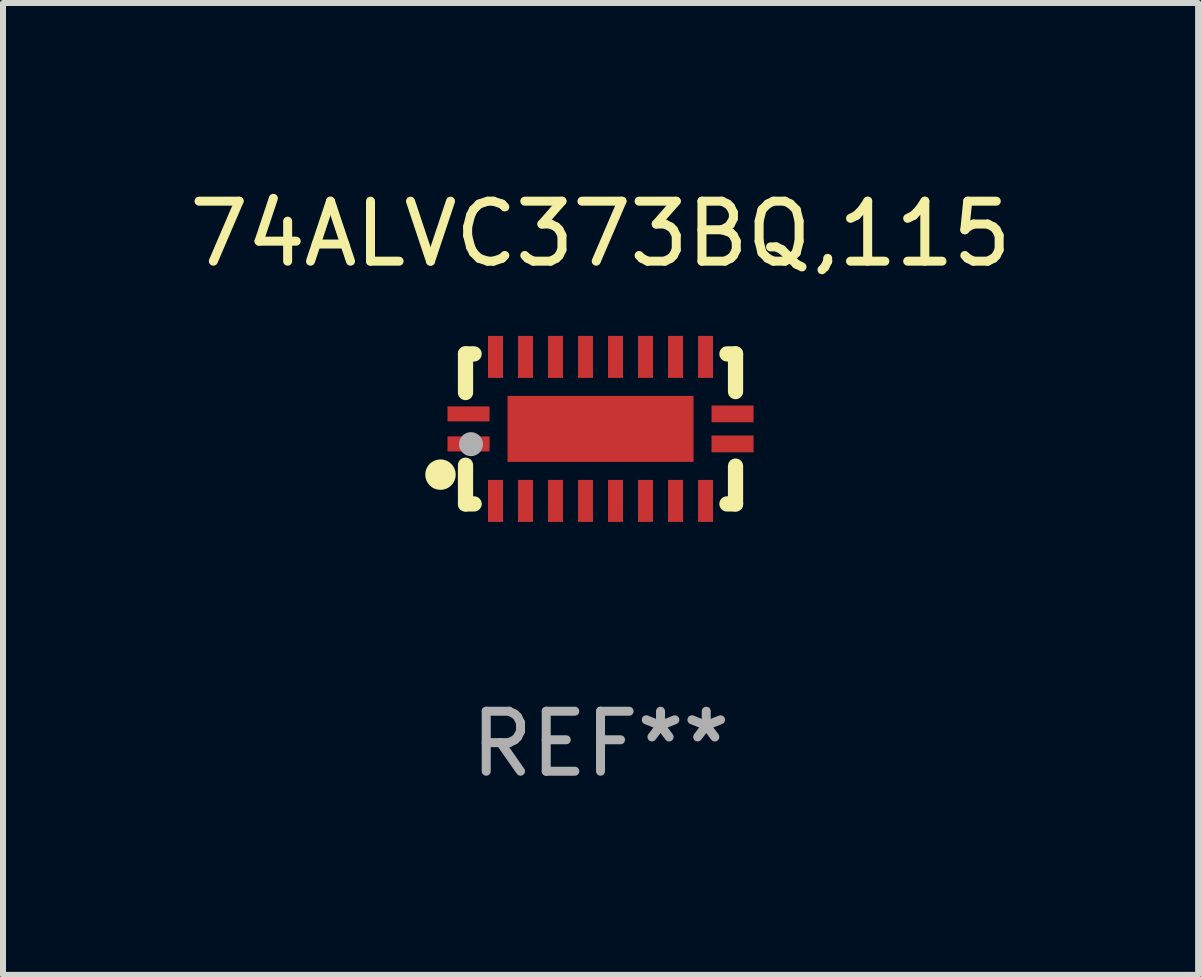
<source format=kicad_pcb>
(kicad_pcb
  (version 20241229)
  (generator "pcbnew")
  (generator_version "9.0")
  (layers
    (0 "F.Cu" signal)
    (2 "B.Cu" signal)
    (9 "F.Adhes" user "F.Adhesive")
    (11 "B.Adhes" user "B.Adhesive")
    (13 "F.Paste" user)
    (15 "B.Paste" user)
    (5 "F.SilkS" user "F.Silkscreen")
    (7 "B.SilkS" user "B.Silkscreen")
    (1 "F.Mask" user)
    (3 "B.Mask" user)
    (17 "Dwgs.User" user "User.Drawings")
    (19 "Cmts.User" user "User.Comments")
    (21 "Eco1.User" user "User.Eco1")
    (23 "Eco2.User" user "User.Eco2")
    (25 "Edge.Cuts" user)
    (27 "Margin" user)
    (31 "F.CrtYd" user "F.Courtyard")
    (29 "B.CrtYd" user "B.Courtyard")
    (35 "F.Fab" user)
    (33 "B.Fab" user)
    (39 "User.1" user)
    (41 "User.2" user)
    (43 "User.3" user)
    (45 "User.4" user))
  (footprint "74ALVC373BQ,115"
    (layer "F.Cu")
    (at 6.958 4.098)
    (property "Reference" "74ALVC373BQ,115" (at 0 -3.25 0) (layer "F.SilkS") (effects (font (size 1 1) (thickness 0.15))))
    (attr through_hole)
    (fp_line (start -2.25 0.605) (end -2.25 1.25) (stroke (width 0.254) (type solid)) (layer "F.SilkS"))
    (fp_line (start -2.25 1.25) (end -2.107 1.25) (stroke (width 0.254) (type solid)) (layer "F.SilkS"))
    (fp_line (start -2.25 -1.25) (end -2.25 -0.606) (stroke (width 0.254) (type solid)) (layer "F.SilkS"))
    (fp_line (start -2.25 -1.25) (end -2.107 -1.25) (stroke (width 0.254) (type solid)) (layer "F.SilkS"))
    (fp_line (start 2.107 -1.25) (end 2.25 -1.25) (stroke (width 0.254) (type solid)) (layer "F.SilkS"))
    (fp_line (start 2.107 1.25) (end 2.25 1.25) (stroke (width 0.254) (type solid)) (layer "F.SilkS"))
    (fp_line (start 2.25 -1.25) (end 2.25 -0.622) (stroke (width 0.254) (type solid)) (layer "F.SilkS"))
    (fp_line (start 2.25 0.62) (end 2.25 1.25) (stroke (width 0.254) (type solid)) (layer "F.SilkS"))
    (fp_circle (center -2.667 0.762) (end -2.54 0.762) (stroke (width 0.254) (type solid)) (fill no) (layer "F.SilkS"))
    (fp_circle (center -2.25 1.249) (end -2.22 1.249) (stroke (width 0.06) (type solid)) (fill no) (layer "F.SilkS"))
    (fp_circle (center -2.159 0.254) (end -2.059 0.254) (stroke (width 0.2) (type solid)) (fill no) (layer "F.Fab"))
    (fp_text user "REF**" (at 0 5.25 0) (layer "F.Fab") (effects (font (size 1 1) (thickness 0.15))))
    (pad "1" smd rect (at -2.2 0.25 180) (size 0.7 0.25) (layers "F.Cu" "F.Mask" "F.Paste"))
    (pad "2" smd rect (at -1.75 1.2 90) (size 0.7 0.25) (layers "F.Cu" "F.Mask" "F.Paste"))
    (pad "3" smd rect (at -1.25 1.2 90) (size 0.7 0.25) (layers "F.Cu" "F.Mask" "F.Paste"))
    (pad "4" smd rect (at -0.75 1.2 90) (size 0.7 0.25) (layers "F.Cu" "F.Mask" "F.Paste"))
    (pad "5" smd rect (at -0.25 1.2 90) (size 0.7 0.25) (layers "F.Cu" "F.Mask" "F.Paste"))
    (pad "6" smd rect (at 0.25 1.2 90) (size 0.7 0.25) (layers "F.Cu" "F.Mask" "F.Paste"))
    (pad "7" smd rect (at 0.75 1.2 90) (size 0.7 0.25) (layers "F.Cu" "F.Mask" "F.Paste"))
    (pad "8" smd rect (at 1.25 1.2 90) (size 0.7 0.25) (layers "F.Cu" "F.Mask" "F.Paste"))
    (pad "9" smd rect (at 1.75 1.2 90) (size 0.7 0.25) (layers "F.Cu" "F.Mask" "F.Paste"))
    (pad "10" smd rect (at 2.2 0.25 180) (size 0.7 0.28) (layers "F.Cu" "F.Mask" "F.Paste"))
    (pad "11" smd rect (at 2.2 -0.25 180) (size 0.7 0.28) (layers "F.Cu" "F.Mask" "F.Paste"))
    (pad "12" smd rect (at 1.75 -1.2 90) (size 0.7 0.25) (layers "F.Cu" "F.Mask" "F.Paste"))
    (pad "13" smd rect (at 1.25 -1.2 90) (size 0.7 0.25) (layers "F.Cu" "F.Mask" "F.Paste"))
    (pad "14" smd rect (at 0.75 -1.2 90) (size 0.7 0.25) (layers "F.Cu" "F.Mask" "F.Paste"))
    (pad "15" smd rect (at 0.25 -1.2 90) (size 0.7 0.25) (layers "F.Cu" "F.Mask" "F.Paste"))
    (pad "16" smd rect (at -0.25 -1.2 90) (size 0.7 0.25) (layers "F.Cu" "F.Mask" "F.Paste"))
    (pad "17" smd rect (at -0.75 -1.2 90) (size 0.7 0.25) (layers "F.Cu" "F.Mask" "F.Paste"))
    (pad "18" smd rect (at -1.25 -1.2 90) (size 0.7 0.25) (layers "F.Cu" "F.Mask" "F.Paste"))
    (pad "19" smd rect (at -1.75 -1.2 90) (size 0.7 0.25) (layers "F.Cu" "F.Mask" "F.Paste"))
    (pad "20" smd rect (at -2.2 -0.25 180) (size 0.7 0.25) (layers "F.Cu" "F.Mask" "F.Paste"))
    (pad "21" smd rect (at 0 -0.000013 180) (size 3.1 1.1) (layers "F.Cu" "F.Mask" "F.Paste")))
  (gr_rect
    (start -3 -3)
    (end 16.917 13.197)
    (stroke (width 0.1) (type default))
    (fill no)
    (layer "Edge.Cuts")))
</source>
